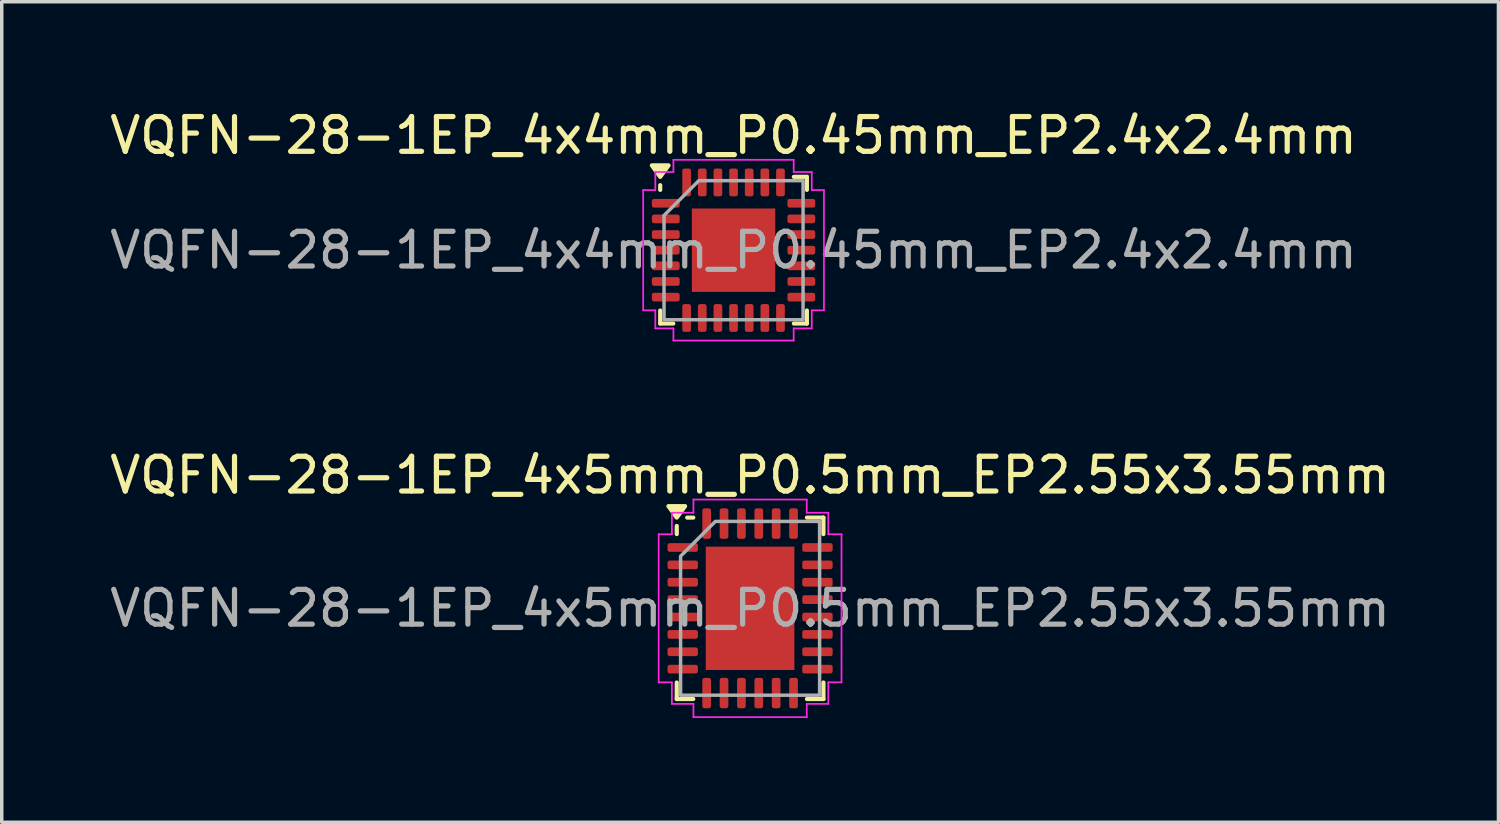
<source format=kicad_pcb>
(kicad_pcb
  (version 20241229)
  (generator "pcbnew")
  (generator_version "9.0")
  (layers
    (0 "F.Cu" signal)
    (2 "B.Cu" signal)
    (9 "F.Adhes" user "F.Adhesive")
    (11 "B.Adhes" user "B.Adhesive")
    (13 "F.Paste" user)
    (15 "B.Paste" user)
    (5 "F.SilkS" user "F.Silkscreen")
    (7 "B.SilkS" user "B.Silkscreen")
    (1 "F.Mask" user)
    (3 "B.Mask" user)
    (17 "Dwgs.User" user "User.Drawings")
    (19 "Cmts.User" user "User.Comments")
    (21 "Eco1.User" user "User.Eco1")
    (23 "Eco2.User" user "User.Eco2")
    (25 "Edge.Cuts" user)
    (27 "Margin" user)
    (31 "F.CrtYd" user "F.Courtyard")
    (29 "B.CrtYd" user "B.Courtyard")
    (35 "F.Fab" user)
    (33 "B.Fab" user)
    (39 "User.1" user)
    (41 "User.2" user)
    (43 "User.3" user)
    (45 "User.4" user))
  (footprint "VQFN-28-1EP_4x4mm_P0.45mm_EP2.4x2.4mm"
    (layer "F.Cu")
    (at 18.054 4.148)
    (property "Reference" "VQFN-28-1EP_4x4mm_P0.45mm_EP2.4x2.4mm" (at 0 -3.3 0) (layer "F.SilkS") (effects (font (size 1 1) (thickness 0.15))))
    (attr smd)
    (fp_line (start -2.11 -1.735) (end -2.11 -1.87) (stroke (width 0.12) (type solid)) (layer "F.SilkS"))
    (fp_line (start -2.11 2.11) (end -2.11 1.735) (stroke (width 0.12) (type solid)) (layer "F.SilkS"))
    (fp_line (start -1.735 2.11) (end -2.11 2.11) (stroke (width 0.12) (type solid)) (layer "F.SilkS"))
    (fp_line (start 1.735 -2.11) (end 2.11 -2.11) (stroke (width 0.12) (type solid)) (layer "F.SilkS"))
    (fp_line (start 1.735 2.11) (end 2.11 2.11) (stroke (width 0.12) (type solid)) (layer "F.SilkS"))
    (fp_line (start 2.11 -2.11) (end 2.11 -1.735) (stroke (width 0.12) (type solid)) (layer "F.SilkS"))
    (fp_line (start 2.11 2.11) (end 2.11 1.735) (stroke (width 0.12) (type solid)) (layer "F.SilkS"))
    (fp_poly (pts (xy -2.11 -2.11) (xy -2.35 -2.44) (xy -1.87 -2.44)) (stroke (width 0.12) (type solid)) (fill yes) (layer "F.SilkS"))
    (fp_line (start -2.6 -1.73) (end -2.25 -1.73) (stroke (width 0.05) (type solid)) (layer "F.CrtYd"))
    (fp_line (start -2.6 1.73) (end -2.6 -1.73) (stroke (width 0.05) (type solid)) (layer "F.CrtYd"))
    (fp_line (start -2.25 -2.25) (end -1.73 -2.25) (stroke (width 0.05) (type solid)) (layer "F.CrtYd"))
    (fp_line (start -2.25 -1.73) (end -2.25 -2.25) (stroke (width 0.05) (type solid)) (layer "F.CrtYd"))
    (fp_line (start -2.25 1.73) (end -2.6 1.73) (stroke (width 0.05) (type solid)) (layer "F.CrtYd"))
    (fp_line (start -2.25 2.25) (end -2.25 1.73) (stroke (width 0.05) (type solid)) (layer "F.CrtYd"))
    (fp_line (start -1.73 -2.6) (end 1.73 -2.6) (stroke (width 0.05) (type solid)) (layer "F.CrtYd"))
    (fp_line (start -1.73 -2.25) (end -1.73 -2.6) (stroke (width 0.05) (type solid)) (layer "F.CrtYd"))
    (fp_line (start -1.73 2.25) (end -2.25 2.25) (stroke (width 0.05) (type solid)) (layer "F.CrtYd"))
    (fp_line (start -1.73 2.6) (end -1.73 2.25) (stroke (width 0.05) (type solid)) (layer "F.CrtYd"))
    (fp_line (start 1.73 -2.6) (end 1.73 -2.25) (stroke (width 0.05) (type solid)) (layer "F.CrtYd"))
    (fp_line (start 1.73 -2.25) (end 2.25 -2.25) (stroke (width 0.05) (type solid)) (layer "F.CrtYd"))
    (fp_line (start 1.73 2.25) (end 1.73 2.6) (stroke (width 0.05) (type solid)) (layer "F.CrtYd"))
    (fp_line (start 1.73 2.6) (end -1.73 2.6) (stroke (width 0.05) (type solid)) (layer "F.CrtYd"))
    (fp_line (start 2.25 -2.25) (end 2.25 -1.73) (stroke (width 0.05) (type solid)) (layer "F.CrtYd"))
    (fp_line (start 2.25 -1.73) (end 2.6 -1.73) (stroke (width 0.05) (type solid)) (layer "F.CrtYd"))
    (fp_line (start 2.25 1.73) (end 2.25 2.25) (stroke (width 0.05) (type solid)) (layer "F.CrtYd"))
    (fp_line (start 2.25 2.25) (end 1.73 2.25) (stroke (width 0.05) (type solid)) (layer "F.CrtYd"))
    (fp_line (start 2.6 -1.73) (end 2.6 1.73) (stroke (width 0.05) (type solid)) (layer "F.CrtYd"))
    (fp_line (start 2.6 1.73) (end 2.25 1.73) (stroke (width 0.05) (type solid)) (layer "F.CrtYd"))
    (fp_poly (pts (xy -2 -1) (xy -2 2) (xy 2 2) (xy 2 -2) (xy -1 -2)) (stroke (width 0.1) (type solid)) (fill no) (layer "F.Fab"))
    (fp_text user "${REFERENCE}" (at 0 0 0) (layer "F.Fab") (effects (font (size 1 1) (thickness 0.15))))
    (pad "" smd roundrect (at -0.6 -0.6) (size 0.97 0.97) (layers "F.Paste") (roundrect_rratio 0.25))
    (pad "" smd roundrect (at -0.6 0.6) (size 0.97 0.97) (layers "F.Paste") (roundrect_rratio 0.25))
    (pad "" smd roundrect (at 0.6 -0.6) (size 0.97 0.97) (layers "F.Paste") (roundrect_rratio 0.25))
    (pad "" smd roundrect (at 0.6 0.6) (size 0.97 0.97) (layers "F.Paste") (roundrect_rratio 0.25))
    (pad "1" smd roundrect (at -1.95 -1.35) (size 0.8 0.25) (layers "F.Cu" "F.Mask" "F.Paste") (roundrect_rratio 0.25))
    (pad "2" smd roundrect (at -1.95 -0.9) (size 0.8 0.25) (layers "F.Cu" "F.Mask" "F.Paste") (roundrect_rratio 0.25))
    (pad "3" smd roundrect (at -1.95 -0.45) (size 0.8 0.25) (layers "F.Cu" "F.Mask" "F.Paste") (roundrect_rratio 0.25))
    (pad "4" smd roundrect (at -1.95 0) (size 0.8 0.25) (layers "F.Cu" "F.Mask" "F.Paste") (roundrect_rratio 0.25))
    (pad "5" smd roundrect (at -1.95 0.45) (size 0.8 0.25) (layers "F.Cu" "F.Mask" "F.Paste") (roundrect_rratio 0.25))
    (pad "6" smd roundrect (at -1.95 0.9) (size 0.8 0.25) (layers "F.Cu" "F.Mask" "F.Paste") (roundrect_rratio 0.25))
    (pad "7" smd roundrect (at -1.95 1.35) (size 0.8 0.25) (layers "F.Cu" "F.Mask" "F.Paste") (roundrect_rratio 0.25))
    (pad "8" smd roundrect (at -1.35 1.95) (size 0.25 0.8) (layers "F.Cu" "F.Mask" "F.Paste") (roundrect_rratio 0.25))
    (pad "9" smd roundrect (at -0.9 1.95) (size 0.25 0.8) (layers "F.Cu" "F.Mask" "F.Paste") (roundrect_rratio 0.25))
    (pad "10" smd roundrect (at -0.45 1.95) (size 0.25 0.8) (layers "F.Cu" "F.Mask" "F.Paste") (roundrect_rratio 0.25))
    (pad "11" smd roundrect (at 0 1.95) (size 0.25 0.8) (layers "F.Cu" "F.Mask" "F.Paste") (roundrect_rratio 0.25))
    (pad "12" smd roundrect (at 0.45 1.95) (size 0.25 0.8) (layers "F.Cu" "F.Mask" "F.Paste") (roundrect_rratio 0.25))
    (pad "13" smd roundrect (at 0.9 1.95) (size 0.25 0.8) (layers "F.Cu" "F.Mask" "F.Paste") (roundrect_rratio 0.25))
    (pad "14" smd roundrect (at 1.35 1.95) (size 0.25 0.8) (layers "F.Cu" "F.Mask" "F.Paste") (roundrect_rratio 0.25))
    (pad "15" smd roundrect (at 1.95 1.35) (size 0.8 0.25) (layers "F.Cu" "F.Mask" "F.Paste") (roundrect_rratio 0.25))
    (pad "16" smd roundrect (at 1.95 0.9) (size 0.8 0.25) (layers "F.Cu" "F.Mask" "F.Paste") (roundrect_rratio 0.25))
    (pad "17" smd roundrect (at 1.95 0.45) (size 0.8 0.25) (layers "F.Cu" "F.Mask" "F.Paste") (roundrect_rratio 0.25))
    (pad "18" smd roundrect (at 1.95 0) (size 0.8 0.25) (layers "F.Cu" "F.Mask" "F.Paste") (roundrect_rratio 0.25))
    (pad "19" smd roundrect (at 1.95 -0.45) (size 0.8 0.25) (layers "F.Cu" "F.Mask" "F.Paste") (roundrect_rratio 0.25))
    (pad "20" smd roundrect (at 1.95 -0.9) (size 0.8 0.25) (layers "F.Cu" "F.Mask" "F.Paste") (roundrect_rratio 0.25))
    (pad "21" smd roundrect (at 1.95 -1.35) (size 0.8 0.25) (layers "F.Cu" "F.Mask" "F.Paste") (roundrect_rratio 0.25))
    (pad "22" smd roundrect (at 1.35 -1.95) (size 0.25 0.8) (layers "F.Cu" "F.Mask" "F.Paste") (roundrect_rratio 0.25))
    (pad "23" smd roundrect (at 0.9 -1.95) (size 0.25 0.8) (layers "F.Cu" "F.Mask" "F.Paste") (roundrect_rratio 0.25))
    (pad "24" smd roundrect (at 0.45 -1.95) (size 0.25 0.8) (layers "F.Cu" "F.Mask" "F.Paste") (roundrect_rratio 0.25))
    (pad "25" smd roundrect (at 0 -1.95) (size 0.25 0.8) (layers "F.Cu" "F.Mask" "F.Paste") (roundrect_rratio 0.25))
    (pad "26" smd roundrect (at -0.45 -1.95) (size 0.25 0.8) (layers "F.Cu" "F.Mask" "F.Paste") (roundrect_rratio 0.25))
    (pad "27" smd roundrect (at -0.9 -1.95) (size 0.25 0.8) (layers "F.Cu" "F.Mask" "F.Paste") (roundrect_rratio 0.25))
    (pad "28" smd roundrect (at -1.35 -1.95) (size 0.25 0.8) (layers "F.Cu" "F.Mask" "F.Paste") (roundrect_rratio 0.25))
    (pad "29" smd rect (at 0 0) (size 2.4 2.4) (property pad_prop_heatsink) (layers "F.Cu" "F.Mask")))
  (footprint "VQFN-28-1EP_4x5mm_P0.5mm_EP2.55x3.55mm"
    (layer "F.Cu")
    (at 18.53 14.451)
    (property "Reference" "VQFN-28-1EP_4x5mm_P0.5mm_EP2.55x3.55mm" (at 0 -3.83 0) (layer "F.SilkS") (effects (font (size 1 1) (thickness 0.15))))
    (attr smd)
    (fp_line (start -2.11 -2.135) (end -2.11 -2.37) (stroke (width 0.12) (type solid)) (layer "F.SilkS"))
    (fp_line (start -2.11 2.61) (end -2.11 2.135) (stroke (width 0.12) (type solid)) (layer "F.SilkS"))
    (fp_line (start -1.635 -2.61) (end -1.81 -2.61) (stroke (width 0.12) (type solid)) (layer "F.SilkS"))
    (fp_line (start -1.635 2.61) (end -2.11 2.61) (stroke (width 0.12) (type solid)) (layer "F.SilkS"))
    (fp_line (start 1.635 -2.61) (end 2.11 -2.61) (stroke (width 0.12) (type solid)) (layer "F.SilkS"))
    (fp_line (start 1.635 2.61) (end 2.11 2.61) (stroke (width 0.12) (type solid)) (layer "F.SilkS"))
    (fp_line (start 2.11 -2.61) (end 2.11 -2.135) (stroke (width 0.12) (type solid)) (layer "F.SilkS"))
    (fp_line (start 2.11 2.61) (end 2.11 2.135) (stroke (width 0.12) (type solid)) (layer "F.SilkS"))
    (fp_poly (pts (xy -2.11 -2.61) (xy -2.35 -2.94) (xy -1.87 -2.94)) (stroke (width 0.12) (type solid)) (fill yes) (layer "F.SilkS"))
    (fp_line (start -2.63 -2.13) (end -2.25 -2.13) (stroke (width 0.05) (type solid)) (layer "F.CrtYd"))
    (fp_line (start -2.63 2.13) (end -2.63 -2.13) (stroke (width 0.05) (type solid)) (layer "F.CrtYd"))
    (fp_line (start -2.25 -2.75) (end -1.63 -2.75) (stroke (width 0.05) (type solid)) (layer "F.CrtYd"))
    (fp_line (start -2.25 -2.13) (end -2.25 -2.75) (stroke (width 0.05) (type solid)) (layer "F.CrtYd"))
    (fp_line (start -2.25 2.13) (end -2.63 2.13) (stroke (width 0.05) (type solid)) (layer "F.CrtYd"))
    (fp_line (start -2.25 2.75) (end -2.25 2.13) (stroke (width 0.05) (type solid)) (layer "F.CrtYd"))
    (fp_line (start -1.63 -3.13) (end 1.63 -3.13) (stroke (width 0.05) (type solid)) (layer "F.CrtYd"))
    (fp_line (start -1.63 -2.75) (end -1.63 -3.13) (stroke (width 0.05) (type solid)) (layer "F.CrtYd"))
    (fp_line (start -1.63 2.75) (end -2.25 2.75) (stroke (width 0.05) (type solid)) (layer "F.CrtYd"))
    (fp_line (start -1.63 3.13) (end -1.63 2.75) (stroke (width 0.05) (type solid)) (layer "F.CrtYd"))
    (fp_line (start 1.63 -3.13) (end 1.63 -2.75) (stroke (width 0.05) (type solid)) (layer "F.CrtYd"))
    (fp_line (start 1.63 -2.75) (end 2.25 -2.75) (stroke (width 0.05) (type solid)) (layer "F.CrtYd"))
    (fp_line (start 1.63 2.75) (end 1.63 3.13) (stroke (width 0.05) (type solid)) (layer "F.CrtYd"))
    (fp_line (start 1.63 3.13) (end -1.63 3.13) (stroke (width 0.05) (type solid)) (layer "F.CrtYd"))
    (fp_line (start 2.25 -2.75) (end 2.25 -2.13) (stroke (width 0.05) (type solid)) (layer "F.CrtYd"))
    (fp_line (start 2.25 -2.13) (end 2.63 -2.13) (stroke (width 0.05) (type solid)) (layer "F.CrtYd"))
    (fp_line (start 2.25 2.13) (end 2.25 2.75) (stroke (width 0.05) (type solid)) (layer "F.CrtYd"))
    (fp_line (start 2.25 2.75) (end 1.63 2.75) (stroke (width 0.05) (type solid)) (layer "F.CrtYd"))
    (fp_line (start 2.63 -2.13) (end 2.63 2.13) (stroke (width 0.05) (type solid)) (layer "F.CrtYd"))
    (fp_line (start 2.63 2.13) (end 2.25 2.13) (stroke (width 0.05) (type solid)) (layer "F.CrtYd"))
    (fp_poly (pts (xy -2 -1.5) (xy -2 2.5) (xy 2 2.5) (xy 2 -2.5) (xy -1 -2.5)) (stroke (width 0.1) (type solid)) (fill no) (layer "F.Fab"))
    (fp_text user "${REFERENCE}" (at 0 0 0) (layer "F.Fab") (effects (font (size 1 1) (thickness 0.15))))
    (pad "" smd roundrect (at -0.635 -1.18) (size 1.03 0.95) (layers "F.Paste") (roundrect_rratio 0.25))
    (pad "" smd roundrect (at -0.635 0) (size 1.03 0.95) (layers "F.Paste") (roundrect_rratio 0.25))
    (pad "" smd roundrect (at -0.635 1.18) (size 1.03 0.95) (layers "F.Paste") (roundrect_rratio 0.25))
    (pad "" smd roundrect (at 0.635 -1.18) (size 1.03 0.95) (layers "F.Paste") (roundrect_rratio 0.25))
    (pad "" smd roundrect (at 0.635 0) (size 1.03 0.95) (layers "F.Paste") (roundrect_rratio 0.25))
    (pad "" smd roundrect (at 0.635 1.18) (size 1.03 0.95) (layers "F.Paste") (roundrect_rratio 0.25))
    (pad "1" smd roundrect (at -1.938 -1.75) (size 0.875 0.25) (layers "F.Cu" "F.Mask" "F.Paste") (roundrect_rratio 0.25))
    (pad "2" smd roundrect (at -1.938 -1.25) (size 0.875 0.25) (layers "F.Cu" "F.Mask" "F.Paste") (roundrect_rratio 0.25))
    (pad "3" smd roundrect (at -1.938 -0.75) (size 0.875 0.25) (layers "F.Cu" "F.Mask" "F.Paste") (roundrect_rratio 0.25))
    (pad "4" smd roundrect (at -1.938 -0.25) (size 0.875 0.25) (layers "F.Cu" "F.Mask" "F.Paste") (roundrect_rratio 0.25))
    (pad "5" smd roundrect (at -1.938 0.25) (size 0.875 0.25) (layers "F.Cu" "F.Mask" "F.Paste") (roundrect_rratio 0.25))
    (pad "6" smd roundrect (at -1.938 0.75) (size 0.875 0.25) (layers "F.Cu" "F.Mask" "F.Paste") (roundrect_rratio 0.25))
    (pad "7" smd roundrect (at -1.938 1.25) (size 0.875 0.25) (layers "F.Cu" "F.Mask" "F.Paste") (roundrect_rratio 0.25))
    (pad "8" smd roundrect (at -1.938 1.75) (size 0.875 0.25) (layers "F.Cu" "F.Mask" "F.Paste") (roundrect_rratio 0.25))
    (pad "9" smd roundrect (at -1.25 2.438) (size 0.25 0.875) (layers "F.Cu" "F.Mask" "F.Paste") (roundrect_rratio 0.25))
    (pad "10" smd roundrect (at -0.75 2.438) (size 0.25 0.875) (layers "F.Cu" "F.Mask" "F.Paste") (roundrect_rratio 0.25))
    (pad "11" smd roundrect (at -0.25 2.438) (size 0.25 0.875) (layers "F.Cu" "F.Mask" "F.Paste") (roundrect_rratio 0.25))
    (pad "12" smd roundrect (at 0.25 2.438) (size 0.25 0.875) (layers "F.Cu" "F.Mask" "F.Paste") (roundrect_rratio 0.25))
    (pad "13" smd roundrect (at 0.75 2.438) (size 0.25 0.875) (layers "F.Cu" "F.Mask" "F.Paste") (roundrect_rratio 0.25))
    (pad "14" smd roundrect (at 1.25 2.438) (size 0.25 0.875) (layers "F.Cu" "F.Mask" "F.Paste") (roundrect_rratio 0.25))
    (pad "15" smd roundrect (at 1.938 1.75) (size 0.875 0.25) (layers "F.Cu" "F.Mask" "F.Paste") (roundrect_rratio 0.25))
    (pad "16" smd roundrect (at 1.938 1.25) (size 0.875 0.25) (layers "F.Cu" "F.Mask" "F.Paste") (roundrect_rratio 0.25))
    (pad "17" smd roundrect (at 1.938 0.75) (size 0.875 0.25) (layers "F.Cu" "F.Mask" "F.Paste") (roundrect_rratio 0.25))
    (pad "18" smd roundrect (at 1.938 0.25) (size 0.875 0.25) (layers "F.Cu" "F.Mask" "F.Paste") (roundrect_rratio 0.25))
    (pad "19" smd roundrect (at 1.938 -0.25) (size 0.875 0.25) (layers "F.Cu" "F.Mask" "F.Paste") (roundrect_rratio 0.25))
    (pad "20" smd roundrect (at 1.938 -0.75) (size 0.875 0.25) (layers "F.Cu" "F.Mask" "F.Paste") (roundrect_rratio 0.25))
    (pad "21" smd roundrect (at 1.938 -1.25) (size 0.875 0.25) (layers "F.Cu" "F.Mask" "F.Paste") (roundrect_rratio 0.25))
    (pad "22" smd roundrect (at 1.938 -1.75) (size 0.875 0.25) (layers "F.Cu" "F.Mask" "F.Paste") (roundrect_rratio 0.25))
    (pad "23" smd roundrect (at 1.25 -2.438) (size 0.25 0.875) (layers "F.Cu" "F.Mask" "F.Paste") (roundrect_rratio 0.25))
    (pad "24" smd roundrect (at 0.75 -2.438) (size 0.25 0.875) (layers "F.Cu" "F.Mask" "F.Paste") (roundrect_rratio 0.25))
    (pad "25" smd roundrect (at 0.25 -2.438) (size 0.25 0.875) (layers "F.Cu" "F.Mask" "F.Paste") (roundrect_rratio 0.25))
    (pad "26" smd roundrect (at -0.25 -2.438) (size 0.25 0.875) (layers "F.Cu" "F.Mask" "F.Paste") (roundrect_rratio 0.25))
    (pad "27" smd roundrect (at -0.75 -2.438) (size 0.25 0.875) (layers "F.Cu" "F.Mask" "F.Paste") (roundrect_rratio 0.25))
    (pad "28" smd roundrect (at -1.25 -2.438) (size 0.25 0.875) (layers "F.Cu" "F.Mask" "F.Paste") (roundrect_rratio 0.25))
    (pad "29" smd rect (at 0 0) (size 2.55 3.55) (property pad_prop_heatsink) (layers "F.Cu" "F.Mask")))
  (gr_rect
    (start -3 -3)
    (end 40.06 20.607)
    (stroke (width 0.1) (type default))
    (fill no)
    (layer "Edge.Cuts")))
</source>
